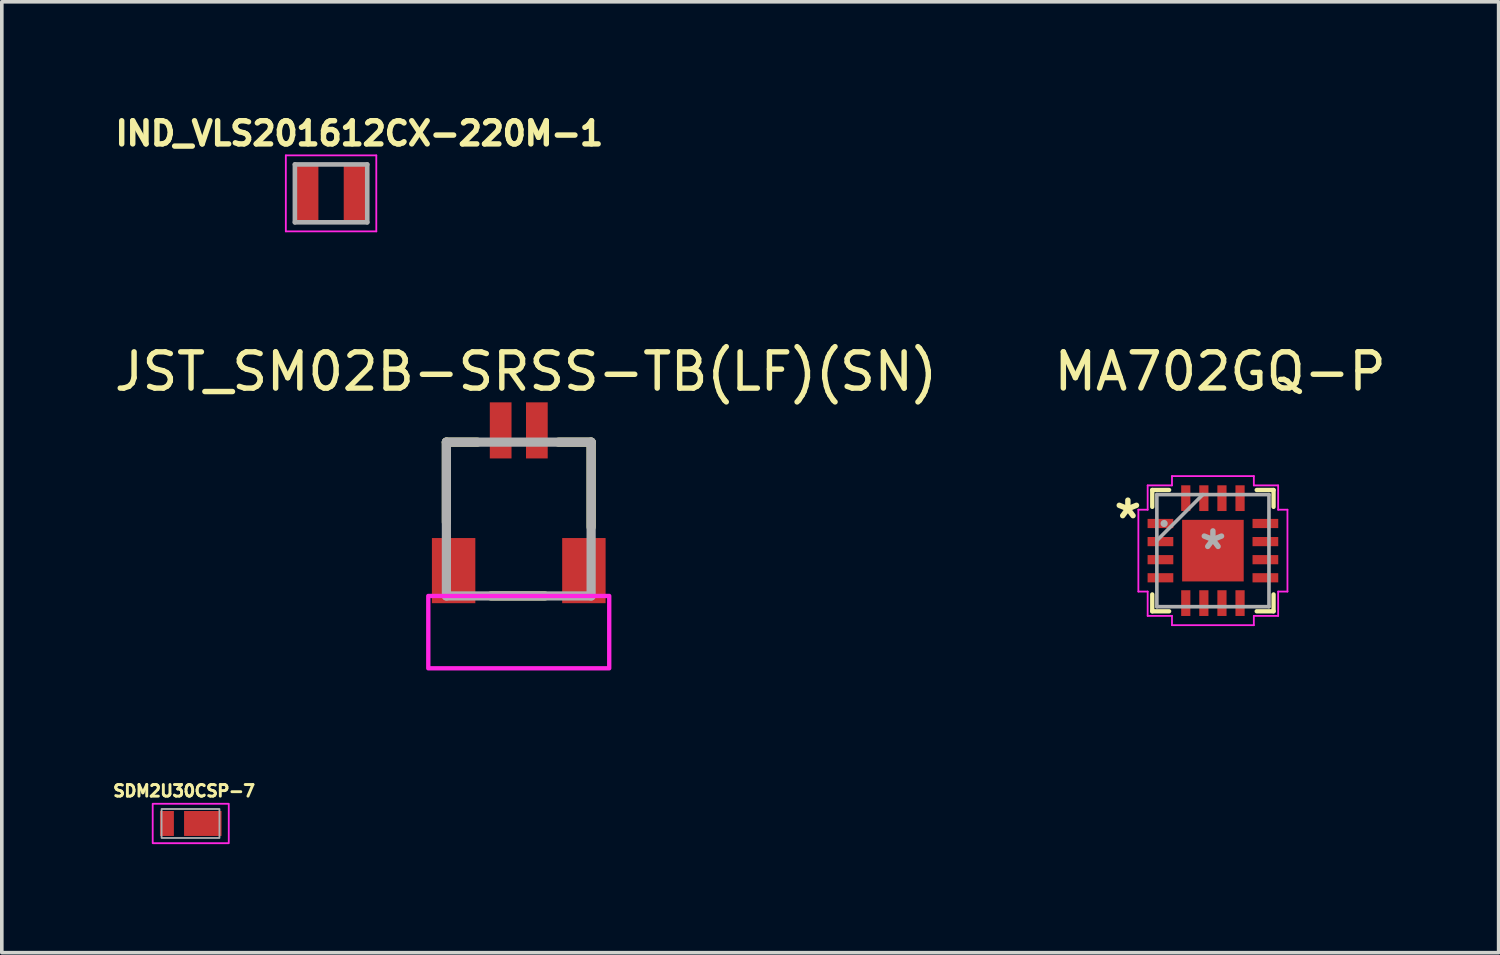
<source format=kicad_pcb>
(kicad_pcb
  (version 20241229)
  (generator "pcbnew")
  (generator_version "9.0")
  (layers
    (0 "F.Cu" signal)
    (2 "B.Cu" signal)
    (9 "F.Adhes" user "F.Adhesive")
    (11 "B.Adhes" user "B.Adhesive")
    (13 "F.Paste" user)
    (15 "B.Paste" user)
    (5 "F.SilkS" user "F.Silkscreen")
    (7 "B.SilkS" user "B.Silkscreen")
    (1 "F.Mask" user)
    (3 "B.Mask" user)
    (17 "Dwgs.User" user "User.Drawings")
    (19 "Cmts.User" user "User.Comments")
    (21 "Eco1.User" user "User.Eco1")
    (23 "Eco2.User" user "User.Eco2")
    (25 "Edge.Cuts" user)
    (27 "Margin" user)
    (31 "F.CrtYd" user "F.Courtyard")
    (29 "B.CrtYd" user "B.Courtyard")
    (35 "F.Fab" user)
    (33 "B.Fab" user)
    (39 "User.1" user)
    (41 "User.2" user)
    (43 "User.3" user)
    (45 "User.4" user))
  (footprint "JST_SM02B-SRSS-TB(LF)(SN)"
    (layer "F.Cu")
    (at 11.286 10.819)
    (property "Reference" "JST_SM02B-SRSS-TB(LF)(SN)" (at 0.2 -3.6 0) (layer "F.SilkS") (effects (font (size 1.002 1.002) (thickness 0.15))))
    (attr through_hole)
    (fp_line (start -2 -1.65) (end -2 0.563) (stroke (width 0.254) (type solid)) (layer "F.SilkS"))
    (fp_line (start -2 -1.65) (end -1.145 -1.65) (stroke (width 0.254) (type solid)) (layer "F.SilkS"))
    (fp_line (start -0.767 2.6) (end 0.722 2.6) (stroke (width 0.254) (type solid)) (layer "F.SilkS"))
    (fp_line (start 2 -1.65) (end 1.1 -1.65) (stroke (width 0.254) (type solid)) (layer "F.SilkS"))
    (fp_line (start 2 -1.65) (end 2 0.697) (stroke (width 0.254) (type solid)) (layer "F.SilkS"))
    (fp_rect (start -2.5 2.6) (end 2.5 4.6) (stroke (width 0.12) (type solid)) (fill no) (layer "F.CrtYd"))
    (fp_line (start -2 -1.65) (end 2 -1.65) (stroke (width 0.254) (type solid)) (layer "F.Fab"))
    (fp_line (start -2 2.6) (end -2 -1.65) (stroke (width 0.254) (type solid)) (layer "F.Fab"))
    (fp_line (start 2 -1.65) (end 2 2.6) (stroke (width 0.254) (type solid)) (layer "F.Fab"))
    (fp_line (start 2 2.6) (end -2 2.6) (stroke (width 0.254) (type solid)) (layer "F.Fab"))
    (pad "1" smd rect (at -0.5 -1.975 90) (size 1.55 0.6) (layers "F.Cu" "F.Mask" "F.Paste"))
    (pad "2" smd rect (at 0.5 -1.975 90) (size 1.55 0.6) (layers "F.Cu" "F.Mask" "F.Paste"))
    (pad "S1" smd rect (at -1.8 1.9 90) (size 1.8 1.2) (layers "F.Cu" "F.Mask" "F.Paste"))
    (pad "S2" smd rect (at 1.8 1.9 90) (size 1.8 1.2) (layers "F.Cu" "F.Mask" "F.Paste")))
  (footprint "MA702GQ-P"
    (layer "F.Cu")
    (at 30.469 12.167)
    (property "Reference" "MA702GQ-P" (at 0.2 -4.95 0) (layer "F.SilkS") (effects (font (size 1 1) (thickness 0.15))))
    (attr smd)
    (fp_line (start -1.676 -1.676) (end -1.676 -1.21) (stroke (width 0.12) (type solid)) (layer "F.SilkS"))
    (fp_line (start -1.676 1.21) (end -1.676 1.676) (stroke (width 0.12) (type solid)) (layer "F.SilkS"))
    (fp_line (start -1.676 1.676) (end -1.21 1.676) (stroke (width 0.12) (type solid)) (layer "F.SilkS"))
    (fp_line (start -1.21 -1.676) (end -1.676 -1.676) (stroke (width 0.12) (type solid)) (layer "F.SilkS"))
    (fp_line (start 1.21 1.676) (end 1.676 1.676) (stroke (width 0.12) (type solid)) (layer "F.SilkS"))
    (fp_line (start 1.676 -1.676) (end 1.21 -1.676) (stroke (width 0.12) (type solid)) (layer "F.SilkS"))
    (fp_line (start 1.676 -1.21) (end 1.676 -1.676) (stroke (width 0.12) (type solid)) (layer "F.SilkS"))
    (fp_line (start 1.676 1.676) (end 1.676 1.21) (stroke (width 0.12) (type solid)) (layer "F.SilkS"))
    (fp_line (start -2.06 -1.131) (end -1.803 -1.131) (stroke (width 0.05) (type solid)) (layer "F.CrtYd"))
    (fp_line (start -2.06 1.131) (end -2.06 -1.131) (stroke (width 0.05) (type solid)) (layer "F.CrtYd"))
    (fp_line (start -1.803 -1.803) (end -1.131 -1.803) (stroke (width 0.05) (type solid)) (layer "F.CrtYd"))
    (fp_line (start -1.803 -1.131) (end -1.803 -1.803) (stroke (width 0.05) (type solid)) (layer "F.CrtYd"))
    (fp_line (start -1.803 1.131) (end -2.06 1.131) (stroke (width 0.05) (type solid)) (layer "F.CrtYd"))
    (fp_line (start -1.803 1.803) (end -1.803 1.131) (stroke (width 0.05) (type solid)) (layer "F.CrtYd"))
    (fp_line (start -1.131 -2.06) (end 1.131 -2.06) (stroke (width 0.05) (type solid)) (layer "F.CrtYd"))
    (fp_line (start -1.131 -1.803) (end -1.131 -2.06) (stroke (width 0.05) (type solid)) (layer "F.CrtYd"))
    (fp_line (start -1.131 1.803) (end -1.803 1.803) (stroke (width 0.05) (type solid)) (layer "F.CrtYd"))
    (fp_line (start -1.131 2.06) (end -1.131 1.803) (stroke (width 0.05) (type solid)) (layer "F.CrtYd"))
    (fp_line (start 1.131 -2.06) (end 1.131 -1.803) (stroke (width 0.05) (type solid)) (layer "F.CrtYd"))
    (fp_line (start 1.131 -1.803) (end 1.803 -1.803) (stroke (width 0.05) (type solid)) (layer "F.CrtYd"))
    (fp_line (start 1.131 1.803) (end 1.131 2.06) (stroke (width 0.05) (type solid)) (layer "F.CrtYd"))
    (fp_line (start 1.131 2.06) (end -1.131 2.06) (stroke (width 0.05) (type solid)) (layer "F.CrtYd"))
    (fp_line (start 1.803 -1.803) (end 1.803 -1.131) (stroke (width 0.05) (type solid)) (layer "F.CrtYd"))
    (fp_line (start 1.803 -1.131) (end 2.06 -1.131) (stroke (width 0.05) (type solid)) (layer "F.CrtYd"))
    (fp_line (start 1.803 1.131) (end 1.803 1.803) (stroke (width 0.05) (type solid)) (layer "F.CrtYd"))
    (fp_line (start 1.803 1.803) (end 1.131 1.803) (stroke (width 0.05) (type solid)) (layer "F.CrtYd"))
    (fp_line (start 2.06 -1.131) (end 2.06 1.131) (stroke (width 0.05) (type solid)) (layer "F.CrtYd"))
    (fp_line (start 2.06 1.131) (end 1.803 1.131) (stroke (width 0.05) (type solid)) (layer "F.CrtYd"))
    (fp_line (start -1.549 -1.549) (end -1.549 1.549) (stroke (width 0.1) (type solid)) (layer "F.Fab"))
    (fp_line (start -1.549 -0.279) (end -0.279 -1.549) (stroke (width 0.1) (type solid)) (layer "F.Fab"))
    (fp_line (start -1.549 1.549) (end 1.549 1.549) (stroke (width 0.1) (type solid)) (layer "F.Fab"))
    (fp_line (start 1.549 -1.549) (end -1.549 -1.549) (stroke (width 0.1) (type solid)) (layer "F.Fab"))
    (fp_line (start 1.549 1.549) (end 1.549 -1.549) (stroke (width 0.1) (type solid)) (layer "F.Fab"))
    (fp_circle (center -1.348 -0.75) (end -1.348 -0.75) (stroke (width 0.1) (type solid)) (fill no) (layer "F.Fab"))
    (fp_text user "*" (at -2.35 -0.85 0) (layer "F.SilkS") (effects (font (size 1 1) (thickness 0.15))))
    (fp_text user "*" (at 0 0 0) (layer "F.Fab") (effects (font (size 1 1) (thickness 0.15))))
    (pad "1" smd rect (at -1.45 -0.75) (size 0.711 0.254) (layers "F.Cu" "F.Mask" "F.Paste"))
    (pad "2" smd rect (at -1.45 -0.25) (size 0.711 0.254) (layers "F.Cu" "F.Mask" "F.Paste"))
    (pad "3" smd rect (at -1.45 0.25) (size 0.711 0.254) (layers "F.Cu" "F.Mask" "F.Paste"))
    (pad "4" smd rect (at -1.45 0.75) (size 0.711 0.254) (layers "F.Cu" "F.Mask" "F.Paste"))
    (pad "5" smd rect (at -0.75 1.45 90) (size 0.711 0.254) (layers "F.Cu" "F.Mask" "F.Paste"))
    (pad "6" smd rect (at -0.25 1.45 90) (size 0.711 0.254) (layers "F.Cu" "F.Mask" "F.Paste"))
    (pad "7" smd rect (at 0.25 1.45 90) (size 0.711 0.254) (layers "F.Cu" "F.Mask" "F.Paste"))
    (pad "8" smd rect (at 0.75 1.45 90) (size 0.711 0.254) (layers "F.Cu" "F.Mask" "F.Paste"))
    (pad "9" smd rect (at 1.45 0.75) (size 0.711 0.254) (layers "F.Cu" "F.Mask" "F.Paste"))
    (pad "10" smd rect (at 1.45 0.25) (size 0.711 0.254) (layers "F.Cu" "F.Mask" "F.Paste"))
    (pad "11" smd rect (at 1.45 -0.25) (size 0.711 0.254) (layers "F.Cu" "F.Mask" "F.Paste"))
    (pad "12" smd rect (at 1.45 -0.75) (size 0.711 0.254) (layers "F.Cu" "F.Mask" "F.Paste"))
    (pad "13" smd rect (at 0.75 -1.45 90) (size 0.711 0.254) (layers "F.Cu" "F.Mask" "F.Paste"))
    (pad "14" smd rect (at 0.25 -1.45 90) (size 0.711 0.254) (layers "F.Cu" "F.Mask" "F.Paste"))
    (pad "15" smd rect (at -0.25 -1.45 90) (size 0.711 0.254) (layers "F.Cu" "F.Mask" "F.Paste"))
    (pad "16" smd rect (at -0.75 -1.45 90) (size 0.711 0.254) (layers "F.Cu" "F.Mask" "F.Paste"))
    (pad "17" smd rect (at 0 0) (size 1.702 1.702) (layers "F.Cu" "F.Mask" "F.Paste")))
  (footprint "IND_VLS201612CX-220M-1"
    (layer "F.Cu")
    (at 6.099 2.294)
    (property "Reference" "IND_VLS201612CX-220M-1" (at 0.782 -1.656 0) (layer "F.SilkS") (effects (font (size 0.64 0.64) (thickness 0.15))))
    (attr through_hole)
    (fp_line (start -1.25 -1.05) (end 1.25 -1.05) (stroke (width 0.05) (type solid)) (layer "F.CrtYd"))
    (fp_line (start -1.25 1.05) (end -1.25 -1.05) (stroke (width 0.05) (type solid)) (layer "F.CrtYd"))
    (fp_line (start 1.25 -1.05) (end 1.25 1.05) (stroke (width 0.05) (type solid)) (layer "F.CrtYd"))
    (fp_line (start 1.25 1.05) (end -1.25 1.05) (stroke (width 0.05) (type solid)) (layer "F.CrtYd"))
    (fp_line (start -1 -0.8) (end -1 0.8) (stroke (width 0.127) (type solid)) (layer "F.Fab"))
    (fp_line (start -1 0.8) (end 1 0.8) (stroke (width 0.127) (type solid)) (layer "F.Fab"))
    (fp_line (start 1 -0.8) (end -1 -0.8) (stroke (width 0.127) (type solid)) (layer "F.Fab"))
    (fp_line (start 1 0.8) (end 1 -0.8) (stroke (width 0.127) (type solid)) (layer "F.Fab"))
    (pad "1" smd rect (at -0.675 0) (size 0.65 1.6) (layers "F.Cu" "F.Mask" "F.Paste"))
    (pad "2" smd rect (at 0.675 0) (size 0.65 1.6) (layers "F.Cu" "F.Mask" "F.Paste")))
  (footprint "SDM2U30CSP-7"
    (layer "F.Cu")
    (at 2.037 19.707)
    (property "Reference" "SDM2U30CSP-7" (at 0 -0.9 0) (layer "F.SilkS") (effects (font (size 0.321 0.321) (thickness 0.15))))
    (attr through_hole)
    (fp_rect (start -0.867 -0.545) (end 1.235 0.545) (stroke (width 0.05) (type solid)) (fill no) (layer "F.CrtYd"))
    (fp_rect (start 0.978 0.4) (end -0.622 -0.4) (stroke (width 0.05) (type solid)) (fill no) (layer "F.Fab"))
    (pad "1" smd rect (at -0.474 0) (size 0.385 0.69) (layers "F.Cu" "F.Mask" "F.Paste"))
    (pad "2" smd rect (at 0.517 0) (size 1.035 0.69) (layers "F.Cu" "F.Mask" "F.Paste")))
  (gr_rect
    (start -3 -3)
    (end 38.365 23.277)
    (stroke (width 0.1) (type default))
    (fill no)
    (layer "Edge.Cuts")))
</source>
